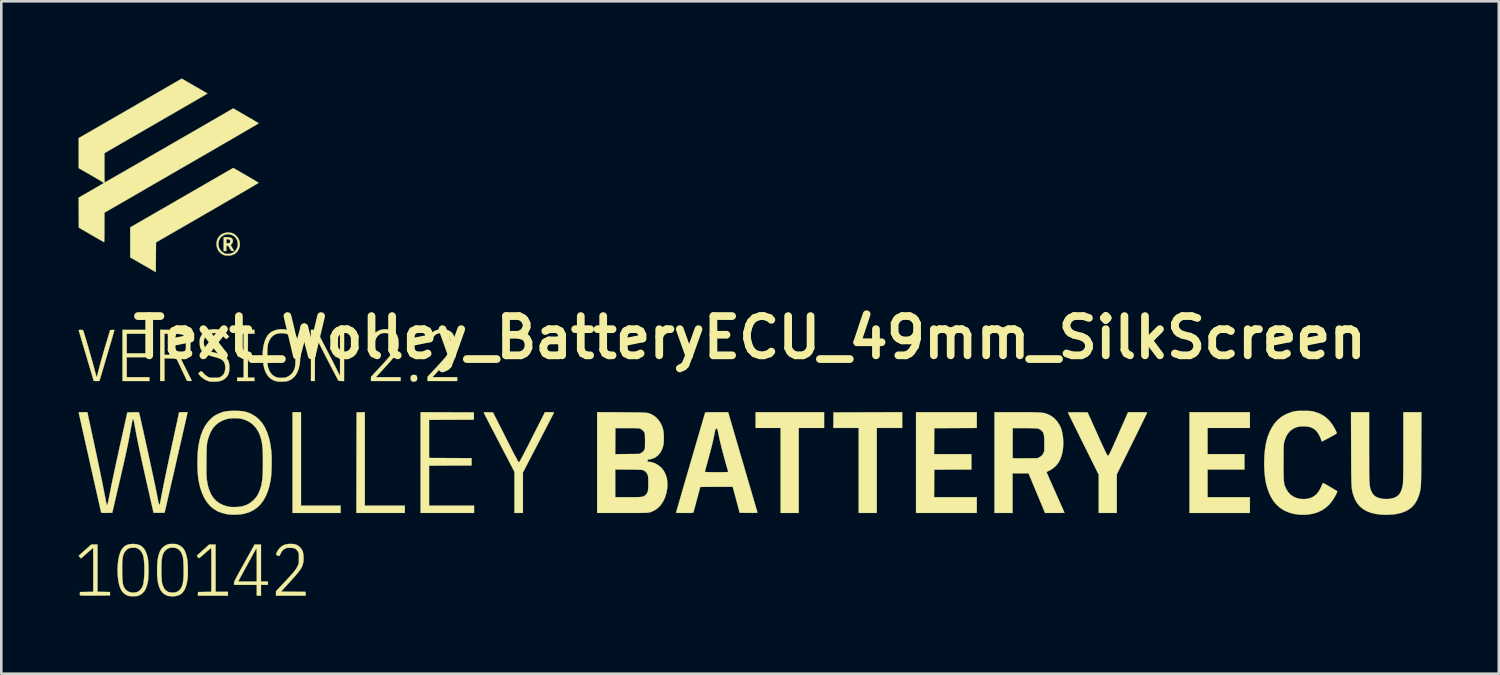
<source format=kicad_pcb>
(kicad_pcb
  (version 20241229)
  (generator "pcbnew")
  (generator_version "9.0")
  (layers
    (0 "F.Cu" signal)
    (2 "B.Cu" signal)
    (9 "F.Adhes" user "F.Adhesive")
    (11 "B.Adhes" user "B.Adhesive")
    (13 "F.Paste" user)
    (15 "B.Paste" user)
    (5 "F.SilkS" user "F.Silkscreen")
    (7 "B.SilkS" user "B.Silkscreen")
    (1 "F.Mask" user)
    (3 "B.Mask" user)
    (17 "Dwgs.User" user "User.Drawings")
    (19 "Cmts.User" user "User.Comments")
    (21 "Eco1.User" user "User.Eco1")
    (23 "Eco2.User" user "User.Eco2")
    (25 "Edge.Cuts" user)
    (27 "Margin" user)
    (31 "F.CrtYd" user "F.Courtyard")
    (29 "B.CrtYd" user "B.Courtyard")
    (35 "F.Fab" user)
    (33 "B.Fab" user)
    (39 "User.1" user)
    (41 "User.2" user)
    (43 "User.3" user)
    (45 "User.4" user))
  (footprint "Text_Wolley_BatteryECU_49mm_SilkScreen"
    (layer "F.Cu")
    (at 26.078 10.063)
    (property "Reference" "Text_Wolley_BatteryECU_49mm_SilkScreen" (at 0 0 0) (layer "F.SilkS") (effects (font (size 1.524 1.524) (thickness 0.3))))
    (attr through_hole)
    (fp_poly (pts (xy -17.436 6.529) (xy -15.897 6.529) (xy -15.897 6.813) (xy -17.765 6.813) (xy -17.765 2.899) (xy -17.436 2.899) (xy -17.436 6.529)) (stroke (width 0.01) (type solid)) (fill yes) (layer "F.SilkS"))
    (fp_poly (pts (xy -14.956 6.529) (xy -13.402 6.529) (xy -13.402 6.813) (xy -15.285 6.813) (xy -15.277 2.906) (xy -15.117 2.902) (xy -14.956 2.898) (xy -14.956 6.529)) (stroke (width 0.01) (type solid)) (fill yes) (layer "F.SilkS"))
    (fp_poly (pts (xy 2.884 3.511) (xy 1.898 3.511) (xy 1.898 6.813) (xy 1.195 6.813) (xy 1.195 3.511) (xy 0.224 3.511) (xy 0.224 2.899) (xy 2.884 2.899) (xy 2.884 3.511)) (stroke (width 0.01) (type solid)) (fill yes) (layer "F.SilkS"))
    (fp_poly (pts (xy 5.917 3.511) (xy 4.931 3.511) (xy 4.931 6.813) (xy 4.228 6.813) (xy 4.228 3.511) (xy 3.242 3.511) (xy 3.246 3.209) (xy 3.25 2.906) (xy 4.583 2.902) (xy 5.917 2.898) (xy 5.917 3.511)) (stroke (width 0.01) (type solid)) (fill yes) (layer "F.SilkS"))
    (fp_poly (pts (xy -23.323 -0.149) (xy -24.205 -0.149) (xy -24.205 0.613) (xy -23.368 0.613) (xy -23.368 0.762) (xy -24.205 0.762) (xy -24.205 1.539) (xy -23.323 1.539) (xy -23.323 1.688) (xy -24.369 1.688) (xy -24.369 -0.299) (xy -23.323 -0.299) (xy -23.323 -0.149)) (stroke (width 0.01) (type solid)) (fill yes) (layer "F.SilkS"))
    (fp_poly (pts (xy -19.244 -0.149) (xy -19.498 -0.149) (xy -19.498 1.554) (xy -19.244 1.554) (xy -19.244 1.688) (xy -19.917 1.688) (xy -19.917 1.554) (xy -19.663 1.554) (xy -19.663 -0.149) (xy -19.917 -0.149) (xy -19.917 -0.299) (xy -19.244 -0.299) (xy -19.244 -0.149)) (stroke (width 0.01) (type solid)) (fill yes) (layer "F.SilkS"))
    (fp_poly (pts (xy 19.424 3.511) (xy 17.78 3.511) (xy 17.78 4.527) (xy 19.214 4.527) (xy 19.214 5.125) (xy 17.78 5.125) (xy 17.78 6.201) (xy 19.424 6.201) (xy 19.424 6.813) (xy 17.078 6.813) (xy 17.078 2.899) (xy 19.424 2.899) (xy 19.424 3.511)) (stroke (width 0.01) (type solid)) (fill yes) (layer "F.SilkS"))
    (fp_poly (pts (xy -11.755 2.902) (xy -10.72 2.906) (xy -10.72 3.19) (xy -11.591 3.194) (xy -12.461 3.198) (xy -12.461 4.676) (xy -10.81 4.684) (xy -10.81 4.968) (xy -12.461 4.976) (xy -12.461 6.529) (xy -10.713 6.529) (xy -10.713 6.813) (xy -12.79 6.813) (xy -12.79 2.898) (xy -11.755 2.902)) (stroke (width 0.01) (type solid)) (fill yes) (layer "F.SilkS"))
    (fp_poly (pts (xy 8.815 3.511) (xy 7.99 3.515) (xy 7.164 3.519) (xy 7.16 4.023) (xy 7.156 4.527) (xy 8.606 4.527) (xy 8.606 5.125) (xy 7.885 5.128) (xy 7.164 5.132) (xy 7.16 5.666) (xy 7.156 6.201) (xy 8.815 6.201) (xy 8.815 6.813) (xy 6.455 6.813) (xy 6.455 2.899) (xy 8.815 2.899) (xy 8.815 3.511)) (stroke (width 0.01) (type solid)) (fill yes) (layer "F.SilkS"))
    (fp_poly (pts (xy -12.99 1.456) (xy -12.95 1.479) (xy -12.929 1.521) (xy -12.924 1.575) (xy -12.928 1.631) (xy -12.941 1.666) (xy -12.952 1.679) (xy -12.99 1.7) (xy -13.041 1.712) (xy -13.089 1.712) (xy -13.103 1.708) (xy -13.148 1.681) (xy -13.171 1.64) (xy -13.178 1.581) (xy -13.17 1.516) (xy -13.144 1.474) (xy -13.098 1.453) (xy -13.054 1.449) (xy -12.99 1.456)) (stroke (width 0.01) (type solid)) (fill yes) (layer "F.SilkS"))
    (fp_poly (pts (xy -20.753 9.876) (xy -20.275 9.876) (xy -20.275 10.026) (xy -21.442 10.026) (xy -21.438 9.955) (xy -21.433 9.884) (xy -21.175 9.88) (xy -20.918 9.875) (xy -20.918 9.024) (xy -20.918 8.868) (xy -20.918 8.721) (xy -20.919 8.585) (xy -20.92 8.465) (xy -20.921 8.362) (xy -20.922 8.278) (xy -20.923 8.217) (xy -20.925 8.181) (xy -20.926 8.173) (xy -20.939 8.182) (xy -20.971 8.209) (xy -21.018 8.249) (xy -21.077 8.3) (xy -21.145 8.359) (xy -21.158 8.371) (xy -21.227 8.431) (xy -21.289 8.484) (xy -21.341 8.527) (xy -21.378 8.556) (xy -21.397 8.568) (xy -21.398 8.569) (xy -21.417 8.558) (xy -21.443 8.531) (xy -21.45 8.522) (xy -21.486 8.476) (xy -21.243 8.257) (xy -21 8.039) (xy -20.877 8.039) (xy -20.753 8.038) (xy -20.753 9.876)) (stroke (width 0.01) (type solid)) (fill yes) (layer "F.SilkS"))
    (fp_poly (pts (xy -15.763 1.69) (xy -15.871 1.685) (xy -15.979 1.681) (xy -16.246 1.173) (xy -16.316 1.038) (xy -16.391 0.893) (xy -16.468 0.745) (xy -16.542 0.6) (xy -16.611 0.464) (xy -16.672 0.344) (xy -16.702 0.284) (xy -16.891 -0.097) (xy -16.895 0.796) (xy -16.899 1.688) (xy -17.048 1.688) (xy -17.048 -0.299) (xy -16.841 -0.299) (xy -16.5 0.354) (xy -16.428 0.493) (xy -16.356 0.632) (xy -16.286 0.767) (xy -16.22 0.895) (xy -16.161 1.011) (xy -16.11 1.112) (xy -16.069 1.194) (xy -16.044 1.244) (xy -16.007 1.321) (xy -15.974 1.389) (xy -15.948 1.442) (xy -15.93 1.476) (xy -15.924 1.488) (xy -15.923 1.474) (xy -15.922 1.434) (xy -15.921 1.368) (xy -15.92 1.28) (xy -15.919 1.173) (xy -15.919 1.049) (xy -15.919 0.91) (xy -15.919 0.759) (xy -15.919 0.601) (xy -15.92 -0.291) (xy -15.763 -0.3) (xy -15.763 1.69)) (stroke (width 0.01) (type solid)) (fill yes) (layer "F.SilkS"))
    (fp_poly (pts (xy -19.578 -6.307) (xy -19.468 -6.243) (xy -19.367 -6.184) (xy -19.276 -6.131) (xy -19.2 -6.085) (xy -19.141 -6.049) (xy -19.102 -6.024) (xy -19.085 -6.012) (xy -19.084 -6.011) (xy -19.097 -6.003) (xy -19.133 -5.98) (xy -19.193 -5.944) (xy -19.275 -5.895) (xy -19.377 -5.835) (xy -19.498 -5.764) (xy -19.636 -5.683) (xy -19.791 -5.593) (xy -19.96 -5.494) (xy -20.143 -5.388) (xy -20.337 -5.275) (xy -20.543 -5.156) (xy -20.757 -5.032) (xy -20.979 -4.903) (xy -21.074 -4.848) (xy -23.068 -3.698) (xy -23.072 -3.121) (xy -23.077 -2.544) (xy -24.07 -3.115) (xy -24.07 -4.281) (xy -23.394 -4.67) (xy -23.281 -4.735) (xy -23.145 -4.814) (xy -22.989 -4.904) (xy -22.817 -5.003) (xy -22.631 -5.11) (xy -22.435 -5.223) (xy -22.232 -5.341) (xy -22.024 -5.461) (xy -21.816 -5.581) (xy -21.609 -5.7) (xy -21.407 -5.817) (xy -21.393 -5.825) (xy -20.068 -6.59) (xy -19.578 -6.307)) (stroke (width 0.01) (type solid)) (fill yes) (layer "F.SilkS"))
    (fp_poly (pts (xy -20.228 -3.895) (xy -20.161 -3.879) (xy -20.117 -3.851) (xy -20.095 -3.816) (xy -20.081 -3.746) (xy -20.096 -3.684) (xy -20.125 -3.642) (xy -20.169 -3.592) (xy -20.037 -3.369) (xy -20.075 -3.364) (xy -20.109 -3.363) (xy -20.136 -3.372) (xy -20.16 -3.396) (xy -20.189 -3.439) (xy -20.208 -3.473) (xy -20.239 -3.526) (xy -20.264 -3.556) (xy -20.285 -3.569) (xy -20.299 -3.571) (xy -20.318 -3.569) (xy -20.329 -3.56) (xy -20.333 -3.536) (xy -20.335 -3.492) (xy -20.335 -3.466) (xy -20.335 -3.362) (xy -20.44 -3.362) (xy -20.44 -3.743) (xy -20.335 -3.743) (xy -20.335 -3.661) (xy -20.278 -3.661) (xy -20.236 -3.665) (xy -20.206 -3.676) (xy -20.203 -3.679) (xy -20.191 -3.705) (xy -20.186 -3.745) (xy -20.186 -3.746) (xy -20.191 -3.784) (xy -20.212 -3.805) (xy -20.224 -3.81) (xy -20.268 -3.822) (xy -20.299 -3.825) (xy -20.319 -3.823) (xy -20.33 -3.811) (xy -20.334 -3.783) (xy -20.335 -3.743) (xy -20.44 -3.743) (xy -20.44 -3.9) (xy -20.319 -3.9) (xy -20.228 -3.895)) (stroke (width 0.01) (type solid)) (fill yes) (layer "F.SilkS"))
    (fp_poly (pts (xy -25.34 9.875) (xy -25.097 9.879) (xy -24.855 9.884) (xy -24.855 10.018) (xy -25.434 10.022) (xy -25.584 10.023) (xy -25.706 10.023) (xy -25.804 10.023) (xy -25.88 10.022) (xy -25.937 10.02) (xy -25.976 10.018) (xy -26.002 10.014) (xy -26.016 10.01) (xy -26.022 10.005) (xy -26.026 9.976) (xy -26.025 9.935) (xy -26.025 9.934) (xy -26.02 9.884) (xy -25.762 9.88) (xy -25.505 9.875) (xy -25.505 9.024) (xy -25.505 8.868) (xy -25.505 8.721) (xy -25.506 8.585) (xy -25.507 8.465) (xy -25.507 8.362) (xy -25.509 8.278) (xy -25.51 8.217) (xy -25.511 8.181) (xy -25.512 8.173) (xy -25.525 8.182) (xy -25.557 8.209) (xy -25.604 8.249) (xy -25.664 8.301) (xy -25.731 8.36) (xy -25.747 8.375) (xy -25.817 8.435) (xy -25.878 8.489) (xy -25.929 8.532) (xy -25.965 8.562) (xy -25.983 8.576) (xy -25.984 8.576) (xy -25.999 8.565) (xy -26.023 8.538) (xy -26.033 8.526) (xy -26.071 8.475) (xy -25.827 8.257) (xy -25.582 8.038) (xy -25.34 8.038) (xy -25.34 9.875)) (stroke (width 0.01) (type solid)) (fill yes) (layer "F.SilkS"))
    (fp_poly (pts (xy -18.99 9.473) (xy -18.721 9.473) (xy -18.721 9.607) (xy -18.99 9.607) (xy -18.99 10.026) (xy -19.155 10.026) (xy -19.155 9.607) (xy -20.036 9.607) (xy -20.036 9.539) (xy -20.035 9.522) (xy -20.031 9.502) (xy -20.023 9.477) (xy -20.021 9.473) (xy -19.873 9.473) (xy -19.155 9.473) (xy -19.155 8.82) (xy -19.155 8.677) (xy -19.156 8.548) (xy -19.157 8.433) (xy -19.159 8.337) (xy -19.161 8.262) (xy -19.163 8.21) (xy -19.166 8.184) (xy -19.168 8.181) (xy -19.176 8.196) (xy -19.198 8.234) (xy -19.23 8.291) (xy -19.271 8.366) (xy -19.32 8.455) (xy -19.374 8.554) (xy -19.433 8.661) (xy -19.494 8.772) (xy -19.555 8.885) (xy -19.616 8.995) (xy -19.673 9.101) (xy -19.726 9.199) (xy -19.773 9.286) (xy -19.812 9.358) (xy -19.842 9.413) (xy -19.855 9.439) (xy -19.873 9.473) (xy -20.021 9.473) (xy -20.009 9.445) (xy -19.99 9.403) (xy -19.962 9.349) (xy -19.927 9.281) (xy -19.881 9.196) (xy -19.825 9.094) (xy -19.756 8.97) (xy -19.675 8.824) (xy -19.636 8.755) (xy -19.237 8.039) (xy -19.113 8.038) (xy -18.99 8.038) (xy -18.99 9.473)) (stroke (width 0.01) (type solid)) (fill yes) (layer "F.SilkS"))
    (fp_poly (pts (xy -20.162 -4.072) (xy -20.07 -4.042) (xy -19.988 -3.989) (xy -19.932 -3.934) (xy -19.867 -3.843) (xy -19.827 -3.744) (xy -19.812 -3.639) (xy -19.821 -3.536) (xy -19.852 -3.437) (xy -19.906 -3.347) (xy -19.981 -3.272) (xy -20.038 -3.235) (xy -20.124 -3.202) (xy -20.224 -3.186) (xy -20.327 -3.186) (xy -20.421 -3.203) (xy -20.447 -3.212) (xy -20.538 -3.263) (xy -20.615 -3.338) (xy -20.675 -3.432) (xy -20.677 -3.436) (xy -20.707 -3.528) (xy -20.717 -3.63) (xy -20.716 -3.654) (xy -20.646 -3.654) (xy -20.644 -3.592) (xy -20.62 -3.49) (xy -20.57 -3.4) (xy -20.499 -3.326) (xy -20.411 -3.274) (xy -20.357 -3.255) (xy -20.294 -3.248) (xy -20.218 -3.253) (xy -20.144 -3.269) (xy -20.097 -3.287) (xy -20.013 -3.344) (xy -19.951 -3.417) (xy -19.91 -3.502) (xy -19.89 -3.593) (xy -19.891 -3.686) (xy -19.914 -3.776) (xy -19.958 -3.858) (xy -20.024 -3.928) (xy -20.079 -3.964) (xy -20.178 -4.004) (xy -20.277 -4.016) (xy -20.371 -4.003) (xy -20.457 -3.968) (xy -20.531 -3.913) (xy -20.59 -3.841) (xy -20.629 -3.754) (xy -20.646 -3.654) (xy -20.716 -3.654) (xy -20.709 -3.732) (xy -20.683 -3.822) (xy -20.679 -3.831) (xy -20.616 -3.928) (xy -20.535 -4.003) (xy -20.438 -4.053) (xy -20.325 -4.079) (xy -20.27 -4.081) (xy -20.162 -4.072)) (stroke (width 0.01) (type solid)) (fill yes) (layer "F.SilkS"))
    (fp_poly (pts (xy -7.714 2.899) (xy -7.657 2.901) (xy -7.619 2.904) (xy -7.605 2.907) (xy -7.605 2.907) (xy -7.612 2.921) (xy -7.631 2.96) (xy -7.663 3.022) (xy -7.705 3.104) (xy -7.757 3.205) (xy -7.818 3.323) (xy -7.887 3.456) (xy -7.963 3.602) (xy -8.045 3.76) (xy -8.131 3.926) (xy -8.21 4.078) (xy -8.815 5.241) (xy -8.815 6.813) (xy -9.144 6.813) (xy -9.144 5.217) (xy -9.733 4.084) (xy -9.823 3.912) (xy -9.908 3.748) (xy -9.988 3.593) (xy -10.063 3.45) (xy -10.13 3.319) (xy -10.19 3.204) (xy -10.241 3.106) (xy -10.281 3.027) (xy -10.311 2.969) (xy -10.328 2.934) (xy -10.333 2.924) (xy -10.335 2.913) (xy -10.329 2.906) (xy -10.309 2.902) (xy -10.271 2.9) (xy -10.212 2.901) (xy -10.16 2.902) (xy -9.978 2.906) (xy -9.487 3.877) (xy -9.386 4.077) (xy -9.297 4.252) (xy -9.22 4.402) (xy -9.155 4.528) (xy -9.1 4.631) (xy -9.056 4.713) (xy -9.021 4.775) (xy -8.996 4.817) (xy -8.979 4.841) (xy -8.971 4.848) (xy -8.961 4.84) (xy -8.944 4.815) (xy -8.918 4.771) (xy -8.883 4.708) (xy -8.838 4.624) (xy -8.783 4.519) (xy -8.716 4.391) (xy -8.639 4.239) (xy -8.549 4.063) (xy -8.453 3.873) (xy -7.96 2.899) (xy -7.783 2.899) (xy -7.714 2.899)) (stroke (width 0.01) (type solid)) (fill yes) (layer "F.SilkS"))
    (fp_poly (pts (xy 15.164 2.899) (xy 15.256 2.9) (xy 15.332 2.903) (xy 15.39 2.905) (xy 15.425 2.909) (xy 15.434 2.912) (xy 15.428 2.927) (xy 15.409 2.967) (xy 15.379 3.029) (xy 15.338 3.113) (xy 15.288 3.216) (xy 15.229 3.336) (xy 15.163 3.471) (xy 15.09 3.62) (xy 15.011 3.78) (xy 14.928 3.949) (xy 14.844 4.118) (xy 14.254 5.312) (xy 14.254 6.813) (xy 13.552 6.813) (xy 13.552 6.07) (xy 13.552 5.327) (xy 12.954 4.125) (xy 12.866 3.948) (xy 12.782 3.778) (xy 12.703 3.618) (xy 12.629 3.469) (xy 12.563 3.334) (xy 12.503 3.214) (xy 12.453 3.112) (xy 12.412 3.028) (xy 12.382 2.965) (xy 12.363 2.925) (xy 12.356 2.91) (xy 12.356 2.91) (xy 12.371 2.907) (xy 12.411 2.905) (xy 12.473 2.903) (xy 12.553 2.902) (xy 12.647 2.901) (xy 12.739 2.902) (xy 13.121 2.906) (xy 13.497 3.743) (xy 13.575 3.916) (xy 13.642 4.063) (xy 13.698 4.187) (xy 13.746 4.29) (xy 13.785 4.373) (xy 13.816 4.44) (xy 13.842 4.49) (xy 13.862 4.528) (xy 13.878 4.554) (xy 13.89 4.57) (xy 13.9 4.58) (xy 13.909 4.584) (xy 13.911 4.584) (xy 13.919 4.584) (xy 13.928 4.58) (xy 13.937 4.571) (xy 13.949 4.555) (xy 13.964 4.529) (xy 13.984 4.492) (xy 14.008 4.441) (xy 14.039 4.375) (xy 14.077 4.292) (xy 14.123 4.189) (xy 14.178 4.065) (xy 14.243 3.918) (xy 14.319 3.745) (xy 14.32 3.743) (xy 14.691 2.899) (xy 15.063 2.899) (xy 15.164 2.899)) (stroke (width 0.01) (type solid)) (fill yes) (layer "F.SilkS"))
    (fp_poly (pts (xy -14.057 -0.319) (xy -14.043 -0.317) (xy -13.924 -0.286) (xy -13.828 -0.237) (xy -13.754 -0.169) (xy -13.699 -0.08) (xy -13.663 0.031) (xy -13.646 0.165) (xy -13.645 0.18) (xy -13.644 0.304) (xy -13.658 0.41) (xy -13.686 0.509) (xy -13.716 0.581) (xy -13.732 0.614) (xy -13.75 0.646) (xy -13.77 0.679) (xy -13.794 0.714) (xy -13.824 0.755) (xy -13.862 0.802) (xy -13.91 0.859) (xy -13.968 0.926) (xy -14.04 1.006) (xy -14.126 1.101) (xy -14.228 1.214) (xy -14.348 1.345) (xy -14.401 1.403) (xy -14.526 1.539) (xy -13.567 1.539) (xy -13.567 1.688) (xy -14.717 1.688) (xy -14.717 1.525) (xy -14.372 1.155) (xy -14.251 1.023) (xy -14.149 0.911) (xy -14.064 0.815) (xy -13.996 0.731) (xy -13.941 0.659) (xy -13.899 0.594) (xy -13.867 0.535) (xy -13.844 0.479) (xy -13.829 0.423) (xy -13.818 0.365) (xy -13.812 0.311) (xy -13.811 0.19) (xy -13.827 0.08) (xy -13.861 -0.013) (xy -13.91 -0.087) (xy -13.974 -0.138) (xy -13.977 -0.14) (xy -14.04 -0.162) (xy -14.12 -0.175) (xy -14.204 -0.178) (xy -14.279 -0.169) (xy -14.293 -0.166) (xy -14.381 -0.129) (xy -14.454 -0.068) (xy -14.513 0.019) (xy -14.524 0.04) (xy -14.548 0.09) (xy -14.567 0.127) (xy -14.576 0.146) (xy -14.577 0.147) (xy -14.592 0.147) (xy -14.624 0.138) (xy -14.662 0.126) (xy -14.694 0.112) (xy -14.708 0.103) (xy -14.711 0.083) (xy -14.698 0.044) (xy -14.675 -0.005) (xy -14.645 -0.06) (xy -14.611 -0.113) (xy -14.576 -0.158) (xy -14.55 -0.186) (xy -14.443 -0.258) (xy -14.323 -0.305) (xy -14.193 -0.325) (xy -14.057 -0.319)) (stroke (width 0.01) (type solid)) (fill yes) (layer "F.SilkS"))
    (fp_poly (pts (xy -11.861 -0.319) (xy -11.846 -0.317) (xy -11.728 -0.286) (xy -11.632 -0.237) (xy -11.557 -0.169) (xy -11.502 -0.08) (xy -11.467 0.031) (xy -11.449 0.165) (xy -11.448 0.18) (xy -11.448 0.304) (xy -11.461 0.41) (xy -11.49 0.509) (xy -11.52 0.581) (xy -11.536 0.614) (xy -11.553 0.646) (xy -11.573 0.679) (xy -11.598 0.714) (xy -11.628 0.755) (xy -11.666 0.802) (xy -11.713 0.859) (xy -11.772 0.926) (xy -11.844 1.006) (xy -11.93 1.101) (xy -12.032 1.214) (xy -12.152 1.345) (xy -12.205 1.403) (xy -12.33 1.539) (xy -11.37 1.539) (xy -11.37 1.688) (xy -12.521 1.688) (xy -12.521 1.525) (xy -12.176 1.155) (xy -12.054 1.023) (xy -11.952 0.911) (xy -11.868 0.815) (xy -11.799 0.731) (xy -11.745 0.659) (xy -11.702 0.594) (xy -11.671 0.535) (xy -11.648 0.479) (xy -11.632 0.423) (xy -11.622 0.365) (xy -11.616 0.311) (xy -11.614 0.19) (xy -11.631 0.08) (xy -11.664 -0.013) (xy -11.714 -0.087) (xy -11.777 -0.138) (xy -11.781 -0.14) (xy -11.844 -0.162) (xy -11.924 -0.175) (xy -12.007 -0.178) (xy -12.083 -0.169) (xy -12.097 -0.166) (xy -12.185 -0.129) (xy -12.258 -0.068) (xy -12.317 0.019) (xy -12.328 0.04) (xy -12.352 0.09) (xy -12.37 0.127) (xy -12.38 0.146) (xy -12.381 0.147) (xy -12.396 0.147) (xy -12.428 0.138) (xy -12.465 0.126) (xy -12.498 0.112) (xy -12.512 0.103) (xy -12.514 0.083) (xy -12.502 0.044) (xy -12.479 -0.005) (xy -12.449 -0.06) (xy -12.415 -0.113) (xy -12.38 -0.158) (xy -12.353 -0.186) (xy -12.247 -0.258) (xy -12.126 -0.305) (xy -11.997 -0.325) (xy -11.861 -0.319)) (stroke (width 0.01) (type solid)) (fill yes) (layer "F.SilkS"))
    (fp_poly (pts (xy -17.702 8.025) (xy -17.62 8.046) (xy -17.604 8.053) (xy -17.527 8.1) (xy -17.455 8.167) (xy -17.398 8.244) (xy -17.369 8.304) (xy -17.351 8.377) (xy -17.339 8.468) (xy -17.334 8.566) (xy -17.337 8.66) (xy -17.346 8.729) (xy -17.359 8.786) (xy -17.375 8.841) (xy -17.396 8.894) (xy -17.424 8.949) (xy -17.46 9.008) (xy -17.507 9.073) (xy -17.567 9.148) (xy -17.64 9.235) (xy -17.729 9.337) (xy -17.836 9.456) (xy -17.92 9.547) (xy -18.214 9.869) (xy -17.735 9.873) (xy -17.257 9.877) (xy -17.257 10.026) (xy -18.408 10.026) (xy -18.406 9.854) (xy -18.099 9.525) (xy -17.988 9.406) (xy -17.896 9.306) (xy -17.82 9.223) (xy -17.758 9.153) (xy -17.709 9.095) (xy -17.669 9.045) (xy -17.638 9.001) (xy -17.612 8.961) (xy -17.59 8.922) (xy -17.574 8.891) (xy -17.519 8.779) (xy -17.519 8.576) (xy -17.519 8.494) (xy -17.52 8.435) (xy -17.524 8.394) (xy -17.531 8.363) (xy -17.542 8.337) (xy -17.558 8.309) (xy -17.563 8.3) (xy -17.607 8.242) (xy -17.656 8.202) (xy -17.718 8.178) (xy -17.798 8.167) (xy -17.862 8.166) (xy -17.934 8.167) (xy -17.986 8.173) (xy -18.027 8.184) (xy -18.059 8.199) (xy -18.135 8.255) (xy -18.199 8.334) (xy -18.238 8.415) (xy -18.255 8.456) (xy -18.272 8.477) (xy -18.297 8.48) (xy -18.338 8.469) (xy -18.371 8.457) (xy -18.392 8.445) (xy -18.401 8.429) (xy -18.398 8.402) (xy -18.382 8.36) (xy -18.352 8.297) (xy -18.351 8.295) (xy -18.294 8.209) (xy -18.216 8.132) (xy -18.126 8.071) (xy -18.082 8.051) (xy -18 8.028) (xy -17.903 8.016) (xy -17.8 8.015) (xy -17.702 8.025)) (stroke (width 0.01) (type solid)) (fill yes) (layer "F.SilkS"))
    (fp_poly (pts (xy -22.483 -0.296) (xy -22.359 -0.294) (xy -22.261 -0.292) (xy -22.185 -0.29) (xy -22.127 -0.287) (xy -22.083 -0.283) (xy -22.05 -0.278) (xy -22.024 -0.272) (xy -22 -0.263) (xy -21.983 -0.255) (xy -21.894 -0.201) (xy -21.821 -0.125) (xy -21.768 -0.035) (xy -21.76 -0.014) (xy -21.748 0.03) (xy -21.739 0.079) (xy -21.734 0.14) (xy -21.732 0.222) (xy -21.732 0.269) (xy -21.732 0.352) (xy -21.734 0.412) (xy -21.738 0.456) (xy -21.746 0.492) (xy -21.759 0.527) (xy -21.775 0.565) (xy -21.833 0.661) (xy -21.907 0.732) (xy -21.998 0.779) (xy -22.026 0.788) (xy -22.111 0.811) (xy -21.895 1.242) (xy -21.843 1.347) (xy -21.795 1.443) (xy -21.754 1.527) (xy -21.72 1.596) (xy -21.695 1.647) (xy -21.682 1.676) (xy -21.68 1.681) (xy -21.693 1.685) (xy -21.729 1.686) (xy -21.772 1.685) (xy -21.863 1.681) (xy -22.068 1.248) (xy -22.273 0.814) (xy -22.507 0.81) (xy -22.74 0.806) (xy -22.74 1.688) (xy -22.905 1.688) (xy -22.905 0.672) (xy -22.74 0.672) (xy -22.453 0.672) (xy -22.359 0.671) (xy -22.271 0.669) (xy -22.196 0.666) (xy -22.139 0.662) (xy -22.107 0.658) (xy -22.032 0.63) (xy -21.975 0.581) (xy -21.937 0.523) (xy -21.923 0.492) (xy -21.914 0.46) (xy -21.908 0.422) (xy -21.905 0.369) (xy -21.904 0.295) (xy -21.904 0.261) (xy -21.904 0.179) (xy -21.907 0.119) (xy -21.911 0.076) (xy -21.919 0.042) (xy -21.932 0.012) (xy -21.937 0.000306) (xy -21.962 -0.043) (xy -21.989 -0.076) (xy -22.022 -0.102) (xy -22.066 -0.121) (xy -22.123 -0.134) (xy -22.198 -0.142) (xy -22.294 -0.147) (xy -22.415 -0.149) (xy -22.46 -0.149) (xy -22.74 -0.149) (xy -22.74 0.672) (xy -22.905 0.672) (xy -22.905 -0.302) (xy -22.483 -0.296)) (stroke (width 0.01) (type solid)) (fill yes) (layer "F.SilkS"))
    (fp_poly (pts (xy -25.941 -0.297) (xy -25.913 -0.29) (xy -25.898 -0.275) (xy -25.893 -0.265) (xy -25.883 -0.237) (xy -25.866 -0.184) (xy -25.843 -0.109) (xy -25.815 -0.015) (xy -25.782 0.094) (xy -25.747 0.214) (xy -25.709 0.343) (xy -25.671 0.476) (xy -25.632 0.61) (xy -25.594 0.743) (xy -25.558 0.87) (xy -25.525 0.988) (xy -25.495 1.093) (xy -25.471 1.183) (xy -25.452 1.253) (xy -25.445 1.282) (xy -25.424 1.364) (xy -25.405 1.434) (xy -25.388 1.488) (xy -25.376 1.521) (xy -25.37 1.529) (xy -25.363 1.511) (xy -25.351 1.469) (xy -25.334 1.407) (xy -25.314 1.33) (xy -25.292 1.243) (xy -25.29 1.233) (xy -25.27 1.155) (xy -25.243 1.053) (xy -25.21 0.933) (xy -25.173 0.799) (xy -25.132 0.656) (xy -25.09 0.51) (xy -25.047 0.365) (xy -25.036 0.329) (xy -24.851 -0.291) (xy -24.767 -0.296) (xy -24.722 -0.297) (xy -24.691 -0.294) (xy -24.683 -0.29) (xy -24.687 -0.275) (xy -24.699 -0.234) (xy -24.717 -0.17) (xy -24.742 -0.086) (xy -24.771 0.015) (xy -24.805 0.13) (xy -24.843 0.257) (xy -24.883 0.393) (xy -24.924 0.534) (xy -24.967 0.678) (xy -25.009 0.822) (xy -25.051 0.963) (xy -25.091 1.099) (xy -25.129 1.226) (xy -25.163 1.341) (xy -25.193 1.443) (xy -25.218 1.527) (xy -25.238 1.591) (xy -25.25 1.632) (xy -25.253 1.64) (xy -25.268 1.688) (xy -25.379 1.688) (xy -25.432 1.687) (xy -25.471 1.685) (xy -25.489 1.681) (xy -25.49 1.681) (xy -25.494 1.665) (xy -25.506 1.624) (xy -25.525 1.558) (xy -25.551 1.471) (xy -25.582 1.365) (xy -25.619 1.242) (xy -25.659 1.104) (xy -25.704 0.954) (xy -25.752 0.794) (xy -25.781 0.695) (xy -25.83 0.531) (xy -25.877 0.374) (xy -25.92 0.229) (xy -25.959 0.097) (xy -25.993 -0.02) (xy -26.023 -0.119) (xy -26.046 -0.198) (xy -26.062 -0.254) (xy -26.071 -0.285) (xy -26.072 -0.291) (xy -26.059 -0.295) (xy -26.024 -0.298) (xy -25.99 -0.299) (xy -25.941 -0.297)) (stroke (width 0.01) (type solid)) (fill yes) (layer "F.SilkS"))
    (fp_poly (pts (xy -23.823 8.027) (xy -23.715 8.058) (xy -23.622 8.109) (xy -23.545 8.184) (xy -23.482 8.282) (xy -23.43 8.407) (xy -23.394 8.536) (xy -23.381 8.614) (xy -23.37 8.715) (xy -23.363 8.832) (xy -23.359 8.959) (xy -23.358 9.09) (xy -23.361 9.216) (xy -23.367 9.333) (xy -23.376 9.432) (xy -23.387 9.5) (xy -23.425 9.645) (xy -23.47 9.763) (xy -23.524 9.857) (xy -23.59 9.93) (xy -23.668 9.986) (xy -23.69 9.997) (xy -23.743 10.021) (xy -23.789 10.036) (xy -23.841 10.045) (xy -23.909 10.049) (xy -23.925 10.05) (xy -24.012 10.05) (xy -24.087 10.044) (xy -24.13 10.035) (xy -24.231 9.994) (xy -24.318 9.934) (xy -24.389 9.854) (xy -24.448 9.751) (xy -24.493 9.625) (xy -24.527 9.474) (xy -24.55 9.296) (xy -24.55 9.296) (xy -24.56 9.117) (xy -24.56 8.961) (xy -24.382 8.961) (xy -24.381 9.098) (xy -24.378 9.242) (xy -24.374 9.359) (xy -24.368 9.455) (xy -24.359 9.533) (xy -24.347 9.596) (xy -24.331 9.649) (xy -24.311 9.695) (xy -24.285 9.739) (xy -24.264 9.77) (xy -24.201 9.832) (xy -24.119 9.877) (xy -24.024 9.902) (xy -23.921 9.907) (xy -23.817 9.89) (xy -23.81 9.888) (xy -23.737 9.852) (xy -23.67 9.791) (xy -23.614 9.713) (xy -23.577 9.628) (xy -23.557 9.54) (xy -23.54 9.43) (xy -23.529 9.302) (xy -23.521 9.163) (xy -23.519 9.019) (xy -23.521 8.877) (xy -23.528 8.742) (xy -23.539 8.62) (xy -23.556 8.517) (xy -23.569 8.462) (xy -23.614 8.354) (xy -23.678 8.268) (xy -23.757 8.205) (xy -23.771 8.198) (xy -23.817 8.176) (xy -23.855 8.164) (xy -23.897 8.16) (xy -23.955 8.161) (xy -23.973 8.162) (xy -24.059 8.17) (xy -24.125 8.187) (xy -24.179 8.218) (xy -24.231 8.264) (xy -24.271 8.31) (xy -24.304 8.362) (xy -24.331 8.423) (xy -24.351 8.494) (xy -24.366 8.581) (xy -24.375 8.686) (xy -24.38 8.811) (xy -24.382 8.961) (xy -24.56 8.961) (xy -24.56 8.94) (xy -24.549 8.77) (xy -24.528 8.611) (xy -24.497 8.468) (xy -24.458 8.347) (xy -24.436 8.297) (xy -24.375 8.195) (xy -24.303 8.117) (xy -24.217 8.063) (xy -24.113 8.03) (xy -23.99 8.017) (xy -23.951 8.017) (xy -23.823 8.027)) (stroke (width 0.01) (type solid)) (fill yes) (layer "F.SilkS"))
    (fp_poly (pts (xy -18.084 -0.319) (xy -18.069 -0.317) (xy -17.934 -0.284) (xy -17.818 -0.23) (xy -17.719 -0.153) (xy -17.635 -0.052) (xy -17.567 0.074) (xy -17.513 0.225) (xy -17.508 0.243) (xy -17.493 0.317) (xy -17.481 0.413) (xy -17.473 0.525) (xy -17.469 0.645) (xy -17.468 0.766) (xy -17.471 0.88) (xy -17.479 0.981) (xy -17.487 1.042) (xy -17.526 1.21) (xy -17.58 1.353) (xy -17.65 1.472) (xy -17.737 1.567) (xy -17.841 1.641) (xy -17.919 1.677) (xy -17.986 1.696) (xy -18.073 1.708) (xy -18.17 1.714) (xy -18.266 1.714) (xy -18.353 1.706) (xy -18.406 1.695) (xy -18.528 1.649) (xy -18.633 1.582) (xy -18.721 1.493) (xy -18.792 1.382) (xy -18.848 1.248) (xy -18.888 1.09) (xy -18.914 0.906) (xy -18.916 0.882) (xy -18.923 0.724) (xy -18.745 0.724) (xy -18.743 0.835) (xy -18.739 0.939) (xy -18.733 1.03) (xy -18.726 1.103) (xy -18.717 1.147) (xy -18.671 1.276) (xy -18.609 1.382) (xy -18.532 1.463) (xy -18.457 1.51) (xy -18.395 1.538) (xy -18.339 1.554) (xy -18.28 1.563) (xy -18.205 1.564) (xy -18.165 1.564) (xy -18.096 1.56) (xy -18.044 1.553) (xy -17.998 1.538) (xy -17.946 1.514) (xy -17.934 1.508) (xy -17.842 1.448) (xy -17.769 1.37) (xy -17.712 1.271) (xy -17.689 1.212) (xy -17.678 1.178) (xy -17.669 1.145) (xy -17.663 1.107) (xy -17.658 1.062) (xy -17.654 1.002) (xy -17.652 0.925) (xy -17.65 0.825) (xy -17.649 0.756) (xy -17.648 0.625) (xy -17.648 0.509) (xy -17.651 0.413) (xy -17.655 0.339) (xy -17.66 0.301) (xy -17.692 0.179) (xy -17.745 0.069) (xy -17.815 -0.024) (xy -17.898 -0.096) (xy -17.993 -0.144) (xy -17.993 -0.144) (xy -18.084 -0.164) (xy -18.188 -0.171) (xy -18.294 -0.164) (xy -18.389 -0.143) (xy -18.411 -0.136) (xy -18.509 -0.082) (xy -18.593 -0.004) (xy -18.659 0.098) (xy -18.709 0.22) (xy -18.723 0.276) (xy -18.732 0.332) (xy -18.738 0.41) (xy -18.742 0.506) (xy -18.744 0.612) (xy -18.745 0.724) (xy -18.923 0.724) (xy -18.925 0.688) (xy -18.917 0.505) (xy -18.894 0.334) (xy -18.857 0.179) (xy -18.805 0.042) (xy -18.74 -0.072) (xy -18.684 -0.141) (xy -18.592 -0.216) (xy -18.48 -0.272) (xy -18.355 -0.309) (xy -18.221 -0.325) (xy -18.084 -0.319)) (stroke (width 0.01) (type solid)) (fill yes) (layer "F.SilkS"))
    (fp_poly (pts (xy 24.055 4.24) (xy 24.055 4.489) (xy 24.056 4.71) (xy 24.056 4.905) (xy 24.057 5.076) (xy 24.058 5.225) (xy 24.06 5.353) (xy 24.063 5.464) (xy 24.066 5.557) (xy 24.07 5.637) (xy 24.075 5.703) (xy 24.082 5.759) (xy 24.089 5.806) (xy 24.098 5.847) (xy 24.108 5.882) (xy 24.119 5.915) (xy 24.132 5.946) (xy 24.146 5.976) (xy 24.189 6.058) (xy 24.236 6.118) (xy 24.293 6.165) (xy 24.359 6.201) (xy 24.479 6.244) (xy 24.617 6.268) (xy 24.764 6.272) (xy 24.787 6.271) (xy 24.927 6.253) (xy 25.045 6.218) (xy 25.142 6.166) (xy 25.22 6.094) (xy 25.282 6) (xy 25.328 5.883) (xy 25.361 5.74) (xy 25.369 5.686) (xy 25.372 5.647) (xy 25.375 5.579) (xy 25.378 5.482) (xy 25.38 5.357) (xy 25.382 5.204) (xy 25.383 5.024) (xy 25.384 4.818) (xy 25.385 4.585) (xy 25.385 4.327) (xy 25.385 4.235) (xy 25.385 2.899) (xy 26.089 2.899) (xy 26.083 4.322) (xy 26.082 4.565) (xy 26.081 4.781) (xy 26.08 4.971) (xy 26.079 5.138) (xy 26.077 5.282) (xy 26.076 5.407) (xy 26.074 5.514) (xy 26.071 5.605) (xy 26.068 5.683) (xy 26.064 5.75) (xy 26.06 5.806) (xy 26.054 5.855) (xy 26.048 5.899) (xy 26.04 5.939) (xy 26.032 5.978) (xy 26.022 6.017) (xy 26.011 6.059) (xy 26.005 6.081) (xy 25.987 6.138) (xy 25.959 6.21) (xy 25.927 6.285) (xy 25.912 6.318) (xy 25.83 6.457) (xy 25.728 6.575) (xy 25.605 6.673) (xy 25.46 6.752) (xy 25.294 6.813) (xy 25.105 6.854) (xy 24.964 6.872) (xy 24.74 6.885) (xy 24.536 6.879) (xy 24.526 6.878) (xy 24.314 6.851) (xy 24.126 6.806) (xy 23.961 6.742) (xy 23.817 6.66) (xy 23.695 6.557) (xy 23.593 6.435) (xy 23.51 6.292) (xy 23.447 6.128) (xy 23.444 6.119) (xy 23.431 6.076) (xy 23.419 6.036) (xy 23.409 5.997) (xy 23.4 5.958) (xy 23.392 5.916) (xy 23.385 5.869) (xy 23.38 5.815) (xy 23.375 5.752) (xy 23.371 5.679) (xy 23.368 5.593) (xy 23.365 5.493) (xy 23.363 5.375) (xy 23.361 5.239) (xy 23.36 5.082) (xy 23.359 4.902) (xy 23.358 4.698) (xy 23.357 4.467) (xy 23.357 4.322) (xy 23.352 2.899) (xy 24.055 2.899) (xy 24.055 4.24)) (stroke (width 0.01) (type solid)) (fill yes) (layer "F.SilkS"))
    (fp_poly (pts (xy -22.355 8.017) (xy -22.303 8.02) (xy -22.262 8.027) (xy -22.224 8.04) (xy -22.179 8.06) (xy -22.169 8.065) (xy -22.086 8.117) (xy -22.016 8.183) (xy -21.959 8.268) (xy -21.913 8.374) (xy -21.876 8.504) (xy -21.851 8.629) (xy -21.843 8.702) (xy -21.836 8.798) (xy -21.832 8.908) (xy -21.83 9.025) (xy -21.83 9.142) (xy -21.833 9.252) (xy -21.838 9.345) (xy -21.845 9.405) (xy -21.876 9.572) (xy -21.92 9.712) (xy -21.976 9.826) (xy -22.045 9.916) (xy -22.129 9.982) (xy -22.225 10.024) (xy -22.351 10.05) (xy -22.483 10.052) (xy -22.609 10.031) (xy -22.63 10.025) (xy -22.731 9.979) (xy -22.816 9.908) (xy -22.887 9.813) (xy -22.944 9.692) (xy -22.986 9.546) (xy -23.009 9.413) (xy -23.018 9.329) (xy -23.023 9.223) (xy -23.026 9.104) (xy -23.025 9.019) (xy -22.858 9.019) (xy -22.856 9.12) (xy -22.853 9.25) (xy -22.849 9.353) (xy -22.844 9.435) (xy -22.838 9.497) (xy -22.83 9.544) (xy -22.825 9.567) (xy -22.784 9.68) (xy -22.734 9.769) (xy -22.67 9.834) (xy -22.599 9.878) (xy -22.534 9.897) (xy -22.453 9.906) (xy -22.368 9.903) (xy -22.292 9.891) (xy -22.255 9.878) (xy -22.209 9.85) (xy -22.16 9.81) (xy -22.141 9.791) (xy -22.1 9.737) (xy -22.066 9.673) (xy -22.039 9.597) (xy -22.02 9.506) (xy -22.006 9.396) (xy -21.998 9.265) (xy -21.995 9.111) (xy -21.997 8.93) (xy -21.997 8.929) (xy -22 8.811) (xy -22.004 8.717) (xy -22.008 8.643) (xy -22.014 8.586) (xy -22.021 8.539) (xy -22.03 8.498) (xy -22.035 8.483) (xy -22.079 8.367) (xy -22.138 8.277) (xy -22.213 8.213) (xy -22.303 8.173) (xy -22.409 8.158) (xy -22.423 8.158) (xy -22.52 8.166) (xy -22.599 8.191) (xy -22.668 8.236) (xy -22.697 8.263) (xy -22.741 8.313) (xy -22.777 8.369) (xy -22.805 8.436) (xy -22.827 8.515) (xy -22.843 8.61) (xy -22.852 8.723) (xy -22.857 8.859) (xy -22.858 9.019) (xy -23.025 9.019) (xy -23.025 8.98) (xy -23.022 8.858) (xy -23.016 8.746) (xy -23.008 8.653) (xy -23.003 8.617) (xy -22.971 8.463) (xy -22.928 8.336) (xy -22.873 8.232) (xy -22.804 8.149) (xy -22.721 8.086) (xy -22.689 8.068) (xy -22.641 8.045) (xy -22.603 8.03) (xy -22.565 8.021) (xy -22.518 8.017) (xy -22.453 8.016) (xy -22.428 8.016) (xy -22.355 8.017)) (stroke (width 0.01) (type solid)) (fill yes) (layer "F.SilkS"))
    (fp_poly (pts (xy 10.568 2.899) (xy 10.742 2.899) (xy 10.89 2.9) (xy 11.017 2.902) (xy 11.124 2.905) (xy 11.214 2.909) (xy 11.289 2.914) (xy 11.353 2.92) (xy 11.407 2.928) (xy 11.454 2.938) (xy 11.497 2.95) (xy 11.538 2.964) (xy 11.58 2.98) (xy 11.583 2.981) (xy 11.714 3.05) (xy 11.835 3.144) (xy 11.941 3.261) (xy 12.03 3.399) (xy 12.046 3.428) (xy 12.099 3.559) (xy 12.139 3.71) (xy 12.164 3.876) (xy 12.175 4.049) (xy 12.172 4.224) (xy 12.153 4.395) (xy 12.119 4.554) (xy 12.108 4.592) (xy 12.053 4.738) (xy 11.985 4.863) (xy 11.899 4.971) (xy 11.793 5.066) (xy 11.664 5.151) (xy 11.524 5.223) (xy 11.529 5.236) (xy 11.545 5.274) (xy 11.572 5.335) (xy 11.607 5.416) (xy 11.651 5.515) (xy 11.701 5.629) (xy 11.757 5.755) (xy 11.818 5.892) (xy 11.871 6.011) (xy 11.935 6.155) (xy 11.995 6.291) (xy 12.051 6.416) (xy 12.101 6.528) (xy 12.143 6.624) (xy 12.178 6.703) (xy 12.203 6.76) (xy 12.218 6.796) (xy 12.222 6.806) (xy 12.208 6.808) (xy 12.167 6.81) (xy 12.105 6.811) (xy 12.025 6.812) (xy 11.931 6.813) (xy 11.844 6.813) (xy 11.467 6.813) (xy 10.825 5.274) (xy 10.515 5.274) (xy 10.205 5.274) (xy 10.205 6.813) (xy 9.503 6.813) (xy 9.503 4.333) (xy 10.207 4.333) (xy 10.208 4.44) (xy 10.208 4.53) (xy 10.209 4.602) (xy 10.21 4.65) (xy 10.212 4.673) (xy 10.212 4.674) (xy 10.219 4.679) (xy 10.238 4.684) (xy 10.271 4.687) (xy 10.321 4.689) (xy 10.391 4.69) (xy 10.483 4.69) (xy 10.6 4.69) (xy 10.702 4.689) (xy 11.183 4.684) (xy 11.266 4.638) (xy 11.318 4.604) (xy 11.355 4.567) (xy 11.387 4.515) (xy 11.393 4.504) (xy 11.437 4.417) (xy 11.437 4.11) (xy 11.437 3.987) (xy 11.434 3.889) (xy 11.427 3.813) (xy 11.417 3.753) (xy 11.401 3.707) (xy 11.38 3.668) (xy 11.351 3.634) (xy 11.326 3.611) (xy 11.299 3.587) (xy 11.272 3.567) (xy 11.242 3.552) (xy 11.207 3.54) (xy 11.163 3.531) (xy 11.106 3.526) (xy 11.032 3.522) (xy 10.939 3.52) (xy 10.823 3.519) (xy 10.683 3.519) (xy 10.212 3.519) (xy 10.208 4.086) (xy 10.208 4.214) (xy 10.207 4.333) (xy 9.503 4.333) (xy 9.503 2.899) (xy 10.367 2.899) (xy 10.568 2.899)) (stroke (width 0.01) (type solid)) (fill yes) (layer "F.SilkS"))
    (fp_poly (pts (xy -20.584 -0.297) (xy -20.46 -0.246) (xy -20.352 -0.17) (xy -20.304 -0.123) (xy -20.268 -0.083) (xy -20.242 -0.051) (xy -20.231 -0.033) (xy -20.231 -0.032) (xy -20.242 -0.019) (xy -20.27 0.005) (xy -20.288 0.018) (xy -20.345 0.058) (xy -20.443 -0.037) (xy -20.52 -0.103) (xy -20.595 -0.146) (xy -20.678 -0.171) (xy -20.778 -0.179) (xy -20.798 -0.179) (xy -20.917 -0.169) (xy -21.019 -0.139) (xy -21.1 -0.09) (xy -21.16 -0.024) (xy -21.196 0.058) (xy -21.2 0.072) (xy -21.214 0.192) (xy -21.203 0.296) (xy -21.168 0.385) (xy -21.107 0.457) (xy -21.021 0.513) (xy -21.001 0.523) (xy -20.962 0.537) (xy -20.903 0.555) (xy -20.83 0.576) (xy -20.753 0.597) (xy -20.75 0.598) (xy -20.601 0.642) (xy -20.48 0.691) (xy -20.385 0.748) (xy -20.313 0.815) (xy -20.263 0.894) (xy -20.232 0.989) (xy -20.218 1.1) (xy -20.218 1.201) (xy -20.228 1.313) (xy -20.249 1.402) (xy -20.282 1.477) (xy -20.332 1.542) (xy -20.368 1.576) (xy -20.439 1.631) (xy -20.515 1.67) (xy -20.603 1.696) (xy -20.709 1.709) (xy -20.776 1.713) (xy -20.878 1.713) (xy -20.958 1.708) (xy -21.022 1.695) (xy -21.131 1.652) (xy -21.238 1.587) (xy -21.333 1.507) (xy -21.398 1.431) (xy -21.418 1.401) (xy -21.42 1.384) (xy -21.405 1.369) (xy -21.401 1.366) (xy -21.356 1.33) (xy -21.325 1.312) (xy -21.301 1.312) (xy -21.274 1.331) (xy -21.237 1.371) (xy -21.225 1.384) (xy -21.174 1.435) (xy -21.117 1.482) (xy -21.065 1.517) (xy -21.065 1.517) (xy -21.029 1.536) (xy -20.998 1.548) (xy -20.964 1.556) (xy -20.92 1.56) (xy -20.858 1.561) (xy -20.806 1.561) (xy -20.726 1.561) (xy -20.669 1.558) (xy -20.628 1.552) (xy -20.596 1.543) (xy -20.565 1.529) (xy -20.565 1.529) (xy -20.488 1.476) (xy -20.432 1.41) (xy -20.397 1.327) (xy -20.38 1.224) (xy -20.377 1.154) (xy -20.388 1.046) (xy -20.42 0.958) (xy -20.475 0.888) (xy -20.554 0.833) (xy -20.594 0.814) (xy -20.63 0.802) (xy -20.687 0.784) (xy -20.758 0.763) (xy -20.835 0.742) (xy -20.846 0.739) (xy -20.992 0.695) (xy -21.11 0.647) (xy -21.204 0.592) (xy -21.274 0.529) (xy -21.324 0.454) (xy -21.355 0.366) (xy -21.37 0.261) (xy -21.372 0.184) (xy -21.37 0.114) (xy -21.365 0.064) (xy -21.354 0.021) (xy -21.335 -0.025) (xy -21.323 -0.051) (xy -21.26 -0.148) (xy -21.176 -0.223) (xy -21.072 -0.278) (xy -20.946 -0.312) (xy -20.869 -0.322) (xy -20.72 -0.323) (xy -20.584 -0.297)) (stroke (width 0.01) (type solid)) (fill yes) (layer "F.SilkS"))
    (fp_poly (pts (xy -21.572 -9.771) (xy -21.461 -9.707) (xy -21.359 -9.648) (xy -21.267 -9.595) (xy -21.19 -9.55) (xy -21.13 -9.515) (xy -21.089 -9.491) (xy -21.071 -9.481) (xy -21.07 -9.48) (xy -21.083 -9.473) (xy -21.119 -9.451) (xy -21.178 -9.416) (xy -21.258 -9.369) (xy -21.358 -9.311) (xy -21.475 -9.243) (xy -21.609 -9.165) (xy -21.757 -9.079) (xy -21.918 -8.986) (xy -22.091 -8.886) (xy -22.273 -8.78) (xy -22.463 -8.67) (xy -22.55 -8.621) (xy -22.756 -8.502) (xy -22.963 -8.382) (xy -23.169 -8.263) (xy -23.371 -8.146) (xy -23.567 -8.033) (xy -23.755 -7.925) (xy -23.931 -7.823) (xy -24.093 -7.73) (xy -24.239 -7.645) (xy -24.367 -7.571) (xy -24.473 -7.51) (xy -24.552 -7.464) (xy -25.071 -7.164) (xy -25.071 -6.593) (xy -25.071 -6.465) (xy -25.071 -6.348) (xy -25.07 -6.244) (xy -25.069 -6.156) (xy -25.067 -6.087) (xy -25.066 -6.041) (xy -25.064 -6.022) (xy -25.064 -6.021) (xy -25.05 -6.029) (xy -25.013 -6.05) (xy -24.952 -6.085) (xy -24.871 -6.131) (xy -24.769 -6.19) (xy -24.649 -6.259) (xy -24.513 -6.337) (xy -24.361 -6.424) (xy -24.196 -6.52) (xy -24.018 -6.622) (xy -23.83 -6.73) (xy -23.633 -6.844) (xy -23.428 -6.962) (xy -23.217 -7.084) (xy -23.002 -7.208) (xy -22.783 -7.334) (xy -22.563 -7.461) (xy -22.344 -7.588) (xy -22.125 -7.714) (xy -21.91 -7.838) (xy -21.699 -7.959) (xy -21.495 -8.077) (xy -21.298 -8.191) (xy -21.11 -8.299) (xy -20.934 -8.402) (xy -20.769 -8.497) (xy -20.618 -8.584) (xy -20.482 -8.662) (xy -20.364 -8.731) (xy -20.263 -8.789) (xy -20.182 -8.836) (xy -20.154 -8.853) (xy -20.069 -8.902) (xy -19.575 -8.617) (xy -19.464 -8.553) (xy -19.362 -8.494) (xy -19.272 -8.44) (xy -19.196 -8.395) (xy -19.136 -8.359) (xy -19.097 -8.334) (xy -19.08 -8.323) (xy -19.08 -8.322) (xy -19.093 -8.314) (xy -19.13 -8.291) (xy -19.191 -8.255) (xy -19.275 -8.206) (xy -19.38 -8.145) (xy -19.505 -8.072) (xy -19.649 -7.988) (xy -19.811 -7.894) (xy -19.99 -7.79) (xy -20.184 -7.677) (xy -20.393 -7.556) (xy -20.616 -7.427) (xy -20.85 -7.291) (xy -21.096 -7.149) (xy -21.351 -7.001) (xy -21.616 -6.848) (xy -21.888 -6.691) (xy -22.076 -6.582) (xy -25.071 -4.852) (xy -25.071 -4.279) (xy -25.072 -4.151) (xy -25.072 -4.034) (xy -25.074 -3.929) (xy -25.075 -3.841) (xy -25.077 -3.772) (xy -25.08 -3.727) (xy -25.082 -3.707) (xy -25.082 -3.706) (xy -25.098 -3.714) (xy -25.135 -3.734) (xy -25.193 -3.767) (xy -25.268 -3.809) (xy -25.358 -3.861) (xy -25.458 -3.918) (xy -25.567 -3.981) (xy -25.579 -3.988) (xy -26.065 -4.27) (xy -26.069 -4.852) (xy -26.073 -5.435) (xy -25.587 -5.715) (xy -25.477 -5.778) (xy -25.376 -5.837) (xy -25.286 -5.89) (xy -25.209 -5.935) (xy -25.15 -5.97) (xy -25.111 -5.994) (xy -25.094 -6.006) (xy -25.094 -6.006) (xy -25.105 -6.016) (xy -25.139 -6.038) (xy -25.194 -6.073) (xy -25.266 -6.116) (xy -25.353 -6.168) (xy -25.452 -6.226) (xy -25.561 -6.289) (xy -25.579 -6.3) (xy -26.071 -6.582) (xy -26.072 -7.164) (xy -26.072 -7.747) (xy -24.071 -8.902) (xy -22.069 -10.058) (xy -21.572 -9.771)) (stroke (width 0.01) (type solid)) (fill yes) (layer "F.SilkS"))
    (fp_poly (pts (xy -4.987 2.902) (xy -4.787 2.904) (xy -4.615 2.905) (xy -4.468 2.906) (xy -4.343 2.908) (xy -4.239 2.91) (xy -4.152 2.914) (xy -4.08 2.918) (xy -4.021 2.923) (xy -3.973 2.93) (xy -3.932 2.939) (xy -3.896 2.95) (xy -3.864 2.963) (xy -3.831 2.978) (xy -3.797 2.995) (xy -3.773 3.008) (xy -3.662 3.083) (xy -3.564 3.182) (xy -3.479 3.3) (xy -3.413 3.435) (xy -3.368 3.58) (xy -3.366 3.586) (xy -3.353 3.669) (xy -3.344 3.77) (xy -3.341 3.88) (xy -3.342 3.99) (xy -3.348 4.092) (xy -3.359 4.178) (xy -3.367 4.213) (xy -3.417 4.356) (xy -3.485 4.479) (xy -3.572 4.579) (xy -3.674 4.656) (xy -3.791 4.708) (xy -3.903 4.732) (xy -3.946 4.739) (xy -3.967 4.749) (xy -3.974 4.768) (xy -3.974 4.783) (xy -3.971 4.813) (xy -3.954 4.824) (xy -3.925 4.826) (xy -3.82 4.839) (xy -3.708 4.875) (xy -3.598 4.931) (xy -3.497 5.003) (xy -3.439 5.056) (xy -3.343 5.177) (xy -3.271 5.315) (xy -3.224 5.468) (xy -3.202 5.636) (xy -3.205 5.816) (xy -3.211 5.868) (xy -3.245 6.054) (xy -3.3 6.223) (xy -3.373 6.375) (xy -3.464 6.508) (xy -3.572 6.619) (xy -3.694 6.708) (xy -3.829 6.771) (xy -3.893 6.79) (xy -3.914 6.795) (xy -3.942 6.799) (xy -3.978 6.802) (xy -4.025 6.805) (xy -4.085 6.808) (xy -4.159 6.809) (xy -4.252 6.811) (xy -4.363 6.812) (xy -4.497 6.813) (xy -4.655 6.813) (xy -4.839 6.813) (xy -4.956 6.813) (xy -5.932 6.813) (xy -5.932 6.201) (xy -5.229 6.201) (xy -4.732 6.201) (xy -4.587 6.2) (xy -4.469 6.199) (xy -4.375 6.198) (xy -4.301 6.195) (xy -4.245 6.192) (xy -4.202 6.187) (xy -4.171 6.182) (xy -4.16 6.179) (xy -4.078 6.139) (xy -4.013 6.077) (xy -3.969 5.996) (xy -3.968 5.993) (xy -3.959 5.952) (xy -3.952 5.889) (xy -3.947 5.808) (xy -3.945 5.718) (xy -3.944 5.624) (xy -3.945 5.534) (xy -3.949 5.454) (xy -3.955 5.39) (xy -3.961 5.356) (xy -3.999 5.271) (xy -4.061 5.201) (xy -4.113 5.166) (xy -4.131 5.157) (xy -4.149 5.15) (xy -4.171 5.144) (xy -4.2 5.14) (xy -4.239 5.136) (xy -4.292 5.134) (xy -4.362 5.132) (xy -4.451 5.13) (xy -4.565 5.129) (xy -4.703 5.128) (xy -5.229 5.123) (xy -5.229 6.201) (xy -5.932 6.201) (xy -5.932 4.529) (xy -5.23 4.529) (xy -4.762 4.524) (xy -4.295 4.52) (xy -4.22 4.482) (xy -4.157 4.439) (xy -4.113 4.384) (xy -4.109 4.377) (xy -4.096 4.352) (xy -4.086 4.329) (xy -4.079 4.301) (xy -4.075 4.265) (xy -4.073 4.215) (xy -4.072 4.145) (xy -4.071 4.052) (xy -4.071 4.034) (xy -4.072 3.943) (xy -4.074 3.861) (xy -4.076 3.792) (xy -4.079 3.742) (xy -4.083 3.718) (xy -4.111 3.66) (xy -4.161 3.604) (xy -4.223 3.557) (xy -4.234 3.552) (xy -4.252 3.542) (xy -4.271 3.535) (xy -4.294 3.529) (xy -4.324 3.525) (xy -4.366 3.522) (xy -4.422 3.52) (xy -4.496 3.519) (xy -4.592 3.519) (xy -4.713 3.519) (xy -4.759 3.519) (xy -5.222 3.519) (xy -5.226 4.024) (xy -5.23 4.529) (xy -5.932 4.529) (xy -5.932 2.897) (xy -4.987 2.902)) (stroke (width 0.01) (type solid)) (fill yes) (layer "F.SilkS"))
    (fp_poly (pts (xy -0.277 4.837) (xy -0.209 5.071) (xy -0.143 5.297) (xy -0.08 5.513) (xy -0.02 5.719) (xy 0.037 5.911) (xy 0.089 6.089) (xy 0.136 6.251) (xy 0.178 6.395) (xy 0.215 6.52) (xy 0.245 6.624) (xy 0.269 6.704) (xy 0.285 6.76) (xy 0.294 6.79) (xy 0.296 6.795) (xy 0.292 6.801) (xy 0.275 6.806) (xy 0.24 6.809) (xy 0.186 6.81) (xy 0.109 6.811) (xy 0.007 6.81) (xy -0.047 6.81) (xy -0.395 6.806) (xy -0.665 5.797) (xy -1.296 5.797) (xy -1.43 5.797) (xy -1.555 5.798) (xy -1.666 5.799) (xy -1.762 5.799) (xy -1.839 5.801) (xy -1.893 5.802) (xy -1.923 5.803) (xy -1.927 5.804) (xy -1.931 5.819) (xy -1.942 5.859) (xy -1.958 5.92) (xy -1.978 5.997) (xy -2.002 6.087) (xy -2.028 6.185) (xy -2.056 6.288) (xy -2.083 6.391) (xy -2.11 6.491) (xy -2.135 6.582) (xy -2.156 6.662) (xy -2.174 6.726) (xy -2.186 6.769) (xy -2.191 6.787) (xy -2.195 6.796) (xy -2.206 6.802) (xy -2.227 6.807) (xy -2.261 6.81) (xy -2.312 6.812) (xy -2.384 6.813) (xy -2.481 6.813) (xy -2.534 6.813) (xy -2.63 6.813) (xy -2.716 6.812) (xy -2.786 6.81) (xy -2.837 6.808) (xy -2.865 6.805) (xy -2.869 6.804) (xy -2.865 6.789) (xy -2.853 6.748) (xy -2.834 6.682) (xy -2.808 6.593) (xy -2.776 6.484) (xy -2.739 6.356) (xy -2.697 6.211) (xy -2.651 6.052) (xy -2.601 5.881) (xy -2.548 5.698) (xy -2.493 5.508) (xy -2.435 5.31) (xy -2.407 5.215) (xy -1.748 5.215) (xy -1.734 5.219) (xy -1.691 5.223) (xy -1.624 5.226) (xy -1.534 5.228) (xy -1.423 5.229) (xy -1.293 5.229) (xy -1.291 5.229) (xy -1.163 5.229) (xy -1.06 5.229) (xy -0.982 5.228) (xy -0.925 5.227) (xy -0.885 5.224) (xy -0.86 5.221) (xy -0.847 5.216) (xy -0.842 5.21) (xy -0.843 5.203) (xy -0.883 5.066) (xy -0.926 4.916) (xy -0.97 4.758) (xy -1.014 4.597) (xy -1.056 4.438) (xy -1.095 4.284) (xy -1.131 4.142) (xy -1.161 4.016) (xy -1.185 3.911) (xy -1.197 3.855) (xy -1.218 3.751) (xy -1.233 3.673) (xy -1.246 3.618) (xy -1.256 3.58) (xy -1.265 3.558) (xy -1.274 3.546) (xy -1.285 3.542) (xy -1.298 3.541) (xy -1.311 3.542) (xy -1.322 3.547) (xy -1.332 3.559) (xy -1.341 3.583) (xy -1.351 3.621) (xy -1.363 3.679) (xy -1.379 3.76) (xy -1.394 3.836) (xy -1.413 3.928) (xy -1.439 4.043) (xy -1.471 4.175) (xy -1.507 4.317) (xy -1.545 4.465) (xy -1.585 4.613) (xy -1.6 4.666) (xy -1.633 4.788) (xy -1.664 4.9) (xy -1.692 5.001) (xy -1.715 5.086) (xy -1.732 5.152) (xy -1.744 5.196) (xy -1.748 5.215) (xy -1.748 5.215) (xy -2.407 5.215) (xy -2.376 5.108) (xy -2.317 4.904) (xy -2.257 4.699) (xy -2.198 4.496) (xy -2.14 4.296) (xy -2.083 4.102) (xy -2.029 3.916) (xy -1.977 3.739) (xy -1.929 3.573) (xy -1.884 3.421) (xy -1.845 3.285) (xy -1.81 3.167) (xy -1.781 3.068) (xy -1.758 2.991) (xy -1.743 2.937) (xy -1.739 2.925) (xy -1.735 2.917) (xy -1.725 2.911) (xy -1.707 2.907) (xy -1.677 2.903) (xy -1.633 2.901) (xy -1.57 2.9) (xy -1.486 2.899) (xy -1.377 2.899) (xy -1.287 2.899) (xy -0.843 2.899) (xy -0.277 4.837)) (stroke (width 0.01) (type solid)) (fill yes) (layer "F.SilkS"))
    (fp_poly (pts (xy 21.618 2.847) (xy 21.705 2.849) (xy 21.773 2.853) (xy 21.829 2.859) (xy 21.879 2.869) (xy 21.904 2.874) (xy 22.086 2.933) (xy 22.248 3.012) (xy 22.392 3.113) (xy 22.519 3.238) (xy 22.631 3.387) (xy 22.675 3.457) (xy 22.716 3.529) (xy 22.751 3.597) (xy 22.779 3.655) (xy 22.795 3.699) (xy 22.797 3.721) (xy 22.783 3.732) (xy 22.748 3.754) (xy 22.695 3.785) (xy 22.629 3.822) (xy 22.556 3.862) (xy 22.48 3.903) (xy 22.406 3.943) (xy 22.338 3.978) (xy 22.281 4.007) (xy 22.24 4.026) (xy 22.22 4.034) (xy 22.22 4.034) (xy 22.208 4.021) (xy 22.197 3.99) (xy 22.197 3.986) (xy 22.177 3.924) (xy 22.144 3.848) (xy 22.102 3.768) (xy 22.055 3.694) (xy 22.01 3.634) (xy 21.997 3.62) (xy 21.917 3.551) (xy 21.826 3.501) (xy 21.721 3.468) (xy 21.598 3.451) (xy 21.499 3.448) (xy 21.356 3.456) (xy 21.233 3.483) (xy 21.124 3.529) (xy 21.024 3.598) (xy 20.976 3.64) (xy 20.897 3.732) (xy 20.833 3.842) (xy 20.781 3.974) (xy 20.765 4.027) (xy 20.757 4.055) (xy 20.751 4.083) (xy 20.746 4.113) (xy 20.742 4.148) (xy 20.738 4.19) (xy 20.736 4.244) (xy 20.734 4.311) (xy 20.733 4.395) (xy 20.732 4.499) (xy 20.732 4.625) (xy 20.732 4.777) (xy 20.731 4.848) (xy 20.731 5.027) (xy 20.732 5.179) (xy 20.733 5.306) (xy 20.736 5.413) (xy 20.739 5.502) (xy 20.745 5.576) (xy 20.752 5.638) (xy 20.762 5.691) (xy 20.775 5.738) (xy 20.79 5.782) (xy 20.809 5.826) (xy 20.831 5.873) (xy 20.838 5.887) (xy 20.912 6.006) (xy 21.007 6.105) (xy 21.12 6.183) (xy 21.248 6.237) (xy 21.388 6.268) (xy 21.539 6.274) (xy 21.673 6.259) (xy 21.802 6.223) (xy 21.915 6.164) (xy 22.015 6.08) (xy 22.101 5.971) (xy 22.176 5.836) (xy 22.213 5.75) (xy 22.234 5.701) (xy 22.252 5.664) (xy 22.265 5.648) (xy 22.266 5.648) (xy 22.281 5.655) (xy 22.318 5.675) (xy 22.371 5.704) (xy 22.435 5.741) (xy 22.506 5.782) (xy 22.579 5.825) (xy 22.65 5.867) (xy 22.713 5.904) (xy 22.765 5.936) (xy 22.8 5.957) (xy 22.811 5.965) (xy 22.815 5.986) (xy 22.803 6.027) (xy 22.778 6.082) (xy 22.743 6.149) (xy 22.7 6.222) (xy 22.651 6.298) (xy 22.599 6.372) (xy 22.546 6.439) (xy 22.512 6.479) (xy 22.377 6.604) (xy 22.224 6.707) (xy 22.054 6.788) (xy 21.869 6.844) (xy 21.671 6.877) (xy 21.461 6.885) (xy 21.329 6.877) (xy 21.116 6.846) (xy 20.923 6.79) (xy 20.748 6.712) (xy 20.59 6.609) (xy 20.451 6.483) (xy 20.329 6.332) (xy 20.224 6.157) (xy 20.217 6.143) (xy 20.18 6.061) (xy 20.141 5.96) (xy 20.104 5.849) (xy 20.071 5.74) (xy 20.047 5.641) (xy 20.045 5.633) (xy 20.012 5.431) (xy 19.991 5.215) (xy 19.98 4.991) (xy 19.981 4.763) (xy 19.992 4.539) (xy 20.014 4.323) (xy 20.047 4.122) (xy 20.089 3.94) (xy 20.109 3.874) (xy 20.19 3.662) (xy 20.287 3.476) (xy 20.4 3.314) (xy 20.53 3.176) (xy 20.677 3.061) (xy 20.843 2.969) (xy 21.027 2.899) (xy 21.089 2.882) (xy 21.141 2.869) (xy 21.189 2.859) (xy 21.24 2.853) (xy 21.299 2.849) (xy 21.373 2.847) (xy 21.468 2.846) (xy 21.508 2.846) (xy 21.618 2.847)) (stroke (width 0.01) (type solid)) (fill yes) (layer "F.SilkS"))
    (fp_poly (pts (xy -19.877 2.848) (xy -19.763 2.855) (xy -19.666 2.867) (xy -19.578 2.886) (xy -19.493 2.913) (xy -19.404 2.951) (xy -19.356 2.973) (xy -19.202 3.065) (xy -19.064 3.181) (xy -18.943 3.322) (xy -18.838 3.488) (xy -18.751 3.678) (xy -18.681 3.893) (xy -18.627 4.132) (xy -18.591 4.395) (xy -18.585 4.452) (xy -18.579 4.555) (xy -18.575 4.677) (xy -18.574 4.811) (xy -18.576 4.953) (xy -18.579 5.094) (xy -18.585 5.228) (xy -18.593 5.35) (xy -18.603 5.451) (xy -18.609 5.497) (xy -18.658 5.744) (xy -18.723 5.967) (xy -18.805 6.166) (xy -18.904 6.339) (xy -19.019 6.489) (xy -19.151 6.614) (xy -19.301 6.715) (xy -19.467 6.792) (xy -19.651 6.846) (xy -19.667 6.849) (xy -19.763 6.864) (xy -19.877 6.875) (xy -19.998 6.88) (xy -20.114 6.88) (xy -20.215 6.874) (xy -20.23 6.872) (xy -20.329 6.856) (xy -20.436 6.83) (xy -20.542 6.8) (xy -20.635 6.766) (xy -20.683 6.744) (xy -20.834 6.652) (xy -20.971 6.534) (xy -21.091 6.392) (xy -21.195 6.225) (xy -21.282 6.035) (xy -21.353 5.822) (xy -21.407 5.585) (xy -21.426 5.466) (xy -21.441 5.33) (xy -21.452 5.173) (xy -21.456 5.06) (xy -21.11 5.06) (xy -21.11 5.172) (xy -21.109 5.265) (xy -21.107 5.342) (xy -21.103 5.409) (xy -21.099 5.467) (xy -21.093 5.522) (xy -21.091 5.539) (xy -21.053 5.748) (xy -20.997 5.934) (xy -20.923 6.096) (xy -20.831 6.235) (xy -20.72 6.351) (xy -20.59 6.444) (xy -20.44 6.515) (xy -20.272 6.564) (xy -20.253 6.568) (xy -20.157 6.58) (xy -20.043 6.584) (xy -19.922 6.58) (xy -19.806 6.569) (xy -19.704 6.551) (xy -19.678 6.544) (xy -19.549 6.499) (xy -19.437 6.44) (xy -19.333 6.362) (xy -19.273 6.306) (xy -19.21 6.24) (xy -19.162 6.179) (xy -19.12 6.111) (xy -19.089 6.051) (xy -19.048 5.961) (xy -19.014 5.869) (xy -18.985 5.773) (xy -18.963 5.669) (xy -18.945 5.554) (xy -18.932 5.423) (xy -18.923 5.274) (xy -18.918 5.103) (xy -18.916 4.906) (xy -18.916 4.848) (xy -18.917 4.673) (xy -18.92 4.523) (xy -18.924 4.395) (xy -18.931 4.284) (xy -18.94 4.187) (xy -18.952 4.1) (xy -18.967 4.017) (xy -18.968 4.012) (xy -19.019 3.825) (xy -19.091 3.659) (xy -19.182 3.514) (xy -19.293 3.39) (xy -19.422 3.289) (xy -19.568 3.212) (xy -19.703 3.166) (xy -19.77 3.151) (xy -19.839 3.141) (xy -19.92 3.136) (xy -20.014 3.135) (xy -20.114 3.136) (xy -20.194 3.142) (xy -20.263 3.152) (xy -20.324 3.166) (xy -20.487 3.223) (xy -20.631 3.303) (xy -20.757 3.407) (xy -20.864 3.534) (xy -20.952 3.685) (xy -21.022 3.859) (xy -21.068 4.027) (xy -21.076 4.067) (xy -21.083 4.106) (xy -21.089 4.148) (xy -21.094 4.196) (xy -21.097 4.254) (xy -21.1 4.325) (xy -21.102 4.412) (xy -21.104 4.52) (xy -21.106 4.652) (xy -21.108 4.766) (xy -21.109 4.926) (xy -21.11 5.06) (xy -21.456 5.06) (xy -21.458 5.001) (xy -21.459 4.823) (xy -21.455 4.646) (xy -21.447 4.477) (xy -21.434 4.324) (xy -21.419 4.205) (xy -21.373 3.973) (xy -21.314 3.766) (xy -21.241 3.582) (xy -21.153 3.418) (xy -21.048 3.274) (xy -20.963 3.18) (xy -20.897 3.118) (xy -20.842 3.071) (xy -20.788 3.034) (xy -20.725 2.999) (xy -20.692 2.983) (xy -20.593 2.938) (xy -20.505 2.903) (xy -20.419 2.878) (xy -20.33 2.862) (xy -20.229 2.852) (xy -20.111 2.847) (xy -20.014 2.846) (xy -19.877 2.848)) (stroke (width 0.01) (type solid)) (fill yes) (layer "F.SilkS"))
    (fp_poly (pts (xy -25.456 4.195) (xy -25.412 4.401) (xy -25.367 4.609) (xy -25.324 4.815) (xy -25.282 5.017) (xy -25.241 5.211) (xy -25.204 5.393) (xy -25.169 5.561) (xy -25.139 5.711) (xy -25.113 5.839) (xy -25.093 5.944) (xy -25.085 5.984) (xy -25.063 6.102) (xy -25.042 6.21) (xy -25.022 6.306) (xy -25.006 6.386) (xy -24.992 6.446) (xy -24.983 6.482) (xy -24.979 6.492) (xy -24.962 6.497) (xy -24.954 6.489) (xy -24.949 6.47) (xy -24.939 6.426) (xy -24.924 6.359) (xy -24.907 6.273) (xy -24.886 6.171) (xy -24.864 6.058) (xy -24.841 5.943) (xy -24.822 5.845) (xy -24.797 5.72) (xy -24.766 5.574) (xy -24.731 5.408) (xy -24.693 5.227) (xy -24.652 5.035) (xy -24.608 4.834) (xy -24.563 4.628) (xy -24.518 4.42) (xy -24.473 4.215) (xy -24.461 4.161) (xy -24.181 2.906) (xy -23.956 2.902) (xy -23.869 2.9) (xy -23.808 2.9) (xy -23.768 2.902) (xy -23.743 2.906) (xy -23.73 2.912) (xy -23.724 2.923) (xy -23.722 2.932) (xy -23.705 3.004) (xy -23.682 3.101) (xy -23.654 3.222) (xy -23.623 3.363) (xy -23.587 3.52) (xy -23.549 3.692) (xy -23.509 3.876) (xy -23.466 4.068) (xy -23.423 4.265) (xy -23.379 4.465) (xy -23.335 4.666) (xy -23.293 4.863) (xy -23.251 5.054) (xy -23.212 5.236) (xy -23.175 5.407) (xy -23.142 5.564) (xy -23.112 5.703) (xy -23.087 5.821) (xy -23.068 5.917) (xy -23.054 5.986) (xy -23.053 5.991) (xy -23.026 6.132) (xy -23.004 6.245) (xy -22.985 6.334) (xy -22.971 6.402) (xy -22.958 6.449) (xy -22.948 6.48) (xy -22.94 6.496) (xy -22.933 6.5) (xy -22.927 6.497) (xy -22.923 6.481) (xy -22.914 6.439) (xy -22.9 6.374) (xy -22.883 6.29) (xy -22.864 6.19) (xy -22.842 6.076) (xy -22.818 5.953) (xy -22.817 5.945) (xy -22.797 5.843) (xy -22.771 5.715) (xy -22.741 5.566) (xy -22.706 5.397) (xy -22.668 5.214) (xy -22.627 5.019) (xy -22.585 4.816) (xy -22.541 4.609) (xy -22.496 4.402) (xy -22.452 4.196) (xy -22.443 4.158) (xy -22.402 3.97) (xy -22.363 3.791) (xy -22.327 3.622) (xy -22.293 3.466) (xy -22.262 3.324) (xy -22.235 3.2) (xy -22.213 3.095) (xy -22.195 3.011) (xy -22.182 2.95) (xy -22.174 2.915) (xy -22.173 2.907) (xy -22.159 2.904) (xy -22.121 2.901) (xy -22.065 2.899) (xy -22.007 2.899) (xy -21.841 2.899) (xy -21.85 2.947) (xy -21.855 2.967) (xy -21.866 3.015) (xy -21.882 3.088) (xy -21.905 3.186) (xy -21.932 3.305) (xy -21.964 3.444) (xy -22 3.602) (xy -22.04 3.777) (xy -22.083 3.967) (xy -22.13 4.17) (xy -22.179 4.385) (xy -22.23 4.609) (xy -22.284 4.841) (xy -22.297 4.901) (xy -22.735 6.806) (xy -23.163 6.806) (xy -23.445 5.566) (xy -23.491 5.361) (xy -23.537 5.153) (xy -23.583 4.945) (xy -23.628 4.74) (xy -23.671 4.542) (xy -23.711 4.354) (xy -23.747 4.181) (xy -23.779 4.026) (xy -23.806 3.891) (xy -23.828 3.782) (xy -23.831 3.766) (xy -23.854 3.64) (xy -23.876 3.524) (xy -23.895 3.42) (xy -23.911 3.332) (xy -23.924 3.263) (xy -23.932 3.216) (xy -23.936 3.195) (xy -23.936 3.194) (xy -23.948 3.184) (xy -23.957 3.182) (xy -23.963 3.183) (xy -23.968 3.185) (xy -23.973 3.191) (xy -23.979 3.204) (xy -23.985 3.227) (xy -23.993 3.262) (xy -24.003 3.312) (xy -24.016 3.379) (xy -24.033 3.465) (xy -24.053 3.574) (xy -24.077 3.708) (xy -24.1 3.832) (xy -24.128 3.983) (xy -24.165 4.163) (xy -24.209 4.372) (xy -24.26 4.609) (xy -24.32 4.874) (xy -24.387 5.169) (xy -24.461 5.492) (xy -24.479 5.566) (xy -24.768 6.806) (xy -24.98 6.81) (xy -25.069 6.811) (xy -25.131 6.81) (xy -25.171 6.807) (xy -25.193 6.801) (xy -25.198 6.795) (xy -25.202 6.778) (xy -25.212 6.735) (xy -25.228 6.667) (xy -25.248 6.575) (xy -25.274 6.463) (xy -25.303 6.333) (xy -25.337 6.185) (xy -25.373 6.023) (xy -25.413 5.848) (xy -25.454 5.663) (xy -25.498 5.47) (xy -25.543 5.27) (xy -25.589 5.066) (xy -25.635 4.86) (xy -25.681 4.654) (xy -25.727 4.45) (xy -25.772 4.25) (xy -25.816 4.056) (xy -25.857 3.87) (xy -25.897 3.694) (xy -25.933 3.531) (xy -25.967 3.382) (xy -25.996 3.249) (xy -26.022 3.135) (xy -26.043 3.042) (xy -26.058 2.971) (xy -26.068 2.925) (xy -26.072 2.906) (xy -26.072 2.906) (xy -26.058 2.903) (xy -26.021 2.901) (xy -25.965 2.899) (xy -25.903 2.899) (xy -25.735 2.899) (xy -25.456 4.195)) (stroke (width 0.01) (type solid)) (fill yes) (layer "F.SilkS")))
  (gr_rect
    (start -3 -3)
    (end 55.171 23.12)
    (stroke (width 0.1) (type default))
    (fill no)
    (layer "Edge.Cuts")))
</source>
